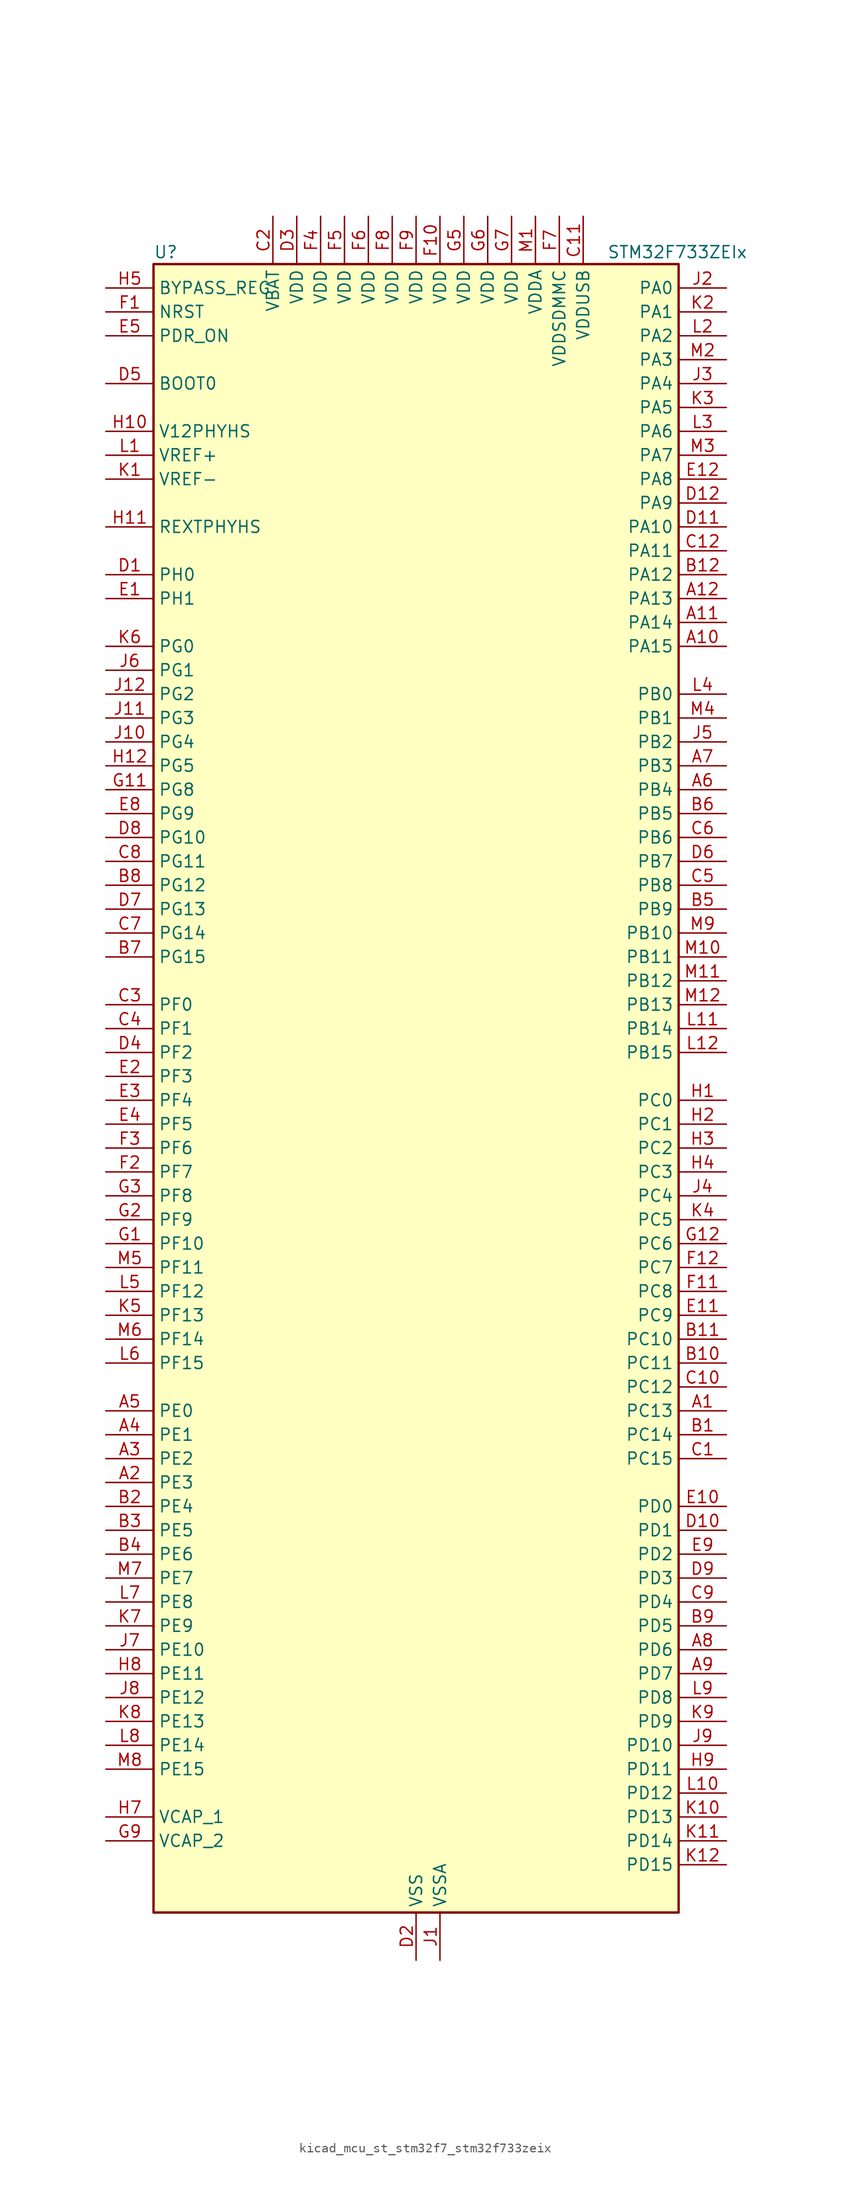
<source format=kicad_sym>
(kicad_symbol_lib
  (version 20220914)
  (generator kicad_symbol_editor)
  (symbol "kicad_mcu_st_stm32f7_stm32f733zeix"
    (property "Reference" "U"
      (at -27.94 90.17 0)
      (effects (font (size 1.27 1.27)) (justify left)))
    (property "Value" "STM32F733ZEIx"
      (at 20.32 90.17 0)
      (effects (font (size 1.27 1.27)) (justify left)))
    (property "ki_locked" ""
      (at 0 0 0)
      (effects (font (size 1.27 1.27))))
    (symbol "kicad_mcu_st_stm32f7_stm32f733zeix_0_1"
      (rectangle (start -27.94 -86.36) (end 27.94 88.9) (stroke (width 0.254) (type default)) (fill (type background))))
    (symbol "kicad_mcu_st_stm32f7_stm32f733zeix_1_1"
      (pin bidirectional line (at 33.02 -33.02 180) (length 5.08) (name "PC13" (effects (font (size 1.27 1.27)))) (number "A1" (effects (font (size 1.27 1.27)))) (alternate "RTC_OUT" bidirectional line) (alternate "RTC_TAMP1" bidirectional line) (alternate "RTC_TS" bidirectional line) (alternate "SYS_WKUP4" bidirectional line))
      (pin bidirectional line (at 33.02 48.26 180) (length 5.08) (name "PA15" (effects (font (size 1.27 1.27)))) (number "A10" (effects (font (size 1.27 1.27)))) (alternate "I2S1_WS" bidirectional line) (alternate "I2S3_WS" bidirectional line) (alternate "SPI1_NSS" bidirectional line) (alternate "SPI3_NSS" bidirectional line) (alternate "SYS_JTDI" bidirectional line) (alternate "TIM2_CH1" bidirectional line) (alternate "TIM2_ETR" bidirectional line) (alternate "UART4_DE" bidirectional line) (alternate "UART4_RTS" bidirectional line))
      (pin bidirectional line (at 33.02 50.8 180) (length 5.08) (name "PA14" (effects (font (size 1.27 1.27)))) (number "A11" (effects (font (size 1.27 1.27)))) (alternate "SYS_JTCK-SWCLK" bidirectional line))
      (pin bidirectional line (at 33.02 53.34 180) (length 5.08) (name "PA13" (effects (font (size 1.27 1.27)))) (number "A12" (effects (font (size 1.27 1.27)))) (alternate "SYS_JTMS-SWDIO" bidirectional line))
      (pin bidirectional line (at -33.02 -40.64 0) (length 5.08) (name "PE3" (effects (font (size 1.27 1.27)))) (number "A2" (effects (font (size 1.27 1.27)))) (alternate "FMC_A19" bidirectional line) (alternate "SAI1_SD_B" bidirectional line) (alternate "SYS_TRACED0" bidirectional line))
      (pin bidirectional line (at -33.02 -38.1 0) (length 5.08) (name "PE2" (effects (font (size 1.27 1.27)))) (number "A3" (effects (font (size 1.27 1.27)))) (alternate "FMC_A23" bidirectional line) (alternate "QUADSPI_BK1_IO2" bidirectional line) (alternate "SAI1_MCLK_A" bidirectional line) (alternate "SPI4_SCK" bidirectional line) (alternate "SYS_TRACECLK" bidirectional line))
      (pin bidirectional line (at -33.02 -35.56 0) (length 5.08) (name "PE1" (effects (font (size 1.27 1.27)))) (number "A4" (effects (font (size 1.27 1.27)))) (alternate "FMC_NBL1" bidirectional line) (alternate "LPTIM1_IN2" bidirectional line) (alternate "UART8_TX" bidirectional line))
      (pin bidirectional line (at -33.02 -33.02 0) (length 5.08) (name "PE0" (effects (font (size 1.27 1.27)))) (number "A5" (effects (font (size 1.27 1.27)))) (alternate "FMC_NBL0" bidirectional line) (alternate "LPTIM1_ETR" bidirectional line) (alternate "SAI2_MCLK_A" bidirectional line) (alternate "TIM4_ETR" bidirectional line) (alternate "UART8_RX" bidirectional line))
      (pin bidirectional line (at 33.02 33.02 180) (length 5.08) (name "PB4" (effects (font (size 1.27 1.27)))) (number "A6" (effects (font (size 1.27 1.27)))) (alternate "I2S2_WS" bidirectional line) (alternate "SDMMC2_D3" bidirectional line) (alternate "SPI1_MISO" bidirectional line) (alternate "SPI2_NSS" bidirectional line) (alternate "SPI3_MISO" bidirectional line) (alternate "SYS_JTRST" bidirectional line) (alternate "TIM3_CH1" bidirectional line))
      (pin bidirectional line (at 33.02 35.56 180) (length 5.08) (name "PB3" (effects (font (size 1.27 1.27)))) (number "A7" (effects (font (size 1.27 1.27)))) (alternate "I2S1_CK" bidirectional line) (alternate "I2S3_CK" bidirectional line) (alternate "SDMMC2_D2" bidirectional line) (alternate "SPI1_SCK" bidirectional line) (alternate "SPI3_SCK" bidirectional line) (alternate "SYS_JTDO-SWO" bidirectional line) (alternate "TIM2_CH2" bidirectional line))
      (pin bidirectional line (at 33.02 -58.42 180) (length 5.08) (name "PD6" (effects (font (size 1.27 1.27)))) (number "A8" (effects (font (size 1.27 1.27)))) (alternate "FMC_NWAIT" bidirectional line) (alternate "I2S3_SD" bidirectional line) (alternate "SAI1_SD_A" bidirectional line) (alternate "SDMMC2_CK" bidirectional line) (alternate "SPI3_MOSI" bidirectional line) (alternate "USART2_RX" bidirectional line))
      (pin bidirectional line (at 33.02 -60.96 180) (length 5.08) (name "PD7" (effects (font (size 1.27 1.27)))) (number "A9" (effects (font (size 1.27 1.27)))) (alternate "FMC_NE1" bidirectional line) (alternate "SDMMC2_CMD" bidirectional line) (alternate "USART2_CK" bidirectional line))
      (pin bidirectional line (at 33.02 -35.56 180) (length 5.08) (name "PC14" (effects (font (size 1.27 1.27)))) (number "B1" (effects (font (size 1.27 1.27)))) (alternate "RCC_OSC32_IN" bidirectional line))
      (pin bidirectional line (at 33.02 -27.94 180) (length 5.08) (name "PC11" (effects (font (size 1.27 1.27)))) (number "B10" (effects (font (size 1.27 1.27)))) (alternate "ADC1_EXTI11" bidirectional line) (alternate "ADC2_EXTI11" bidirectional line) (alternate "ADC3_EXTI11" bidirectional line) (alternate "QUADSPI_BK2_NCS" bidirectional line) (alternate "SDMMC1_D3" bidirectional line) (alternate "SPI3_MISO" bidirectional line) (alternate "UART4_RX" bidirectional line) (alternate "USART3_RX" bidirectional line))
      (pin bidirectional line (at 33.02 -25.4 180) (length 5.08) (name "PC10" (effects (font (size 1.27 1.27)))) (number "B11" (effects (font (size 1.27 1.27)))) (alternate "I2S3_CK" bidirectional line) (alternate "QUADSPI_BK1_IO1" bidirectional line) (alternate "SDMMC1_D2" bidirectional line) (alternate "SPI3_SCK" bidirectional line) (alternate "UART4_TX" bidirectional line) (alternate "USART3_TX" bidirectional line))
      (pin bidirectional line (at 33.02 55.88 180) (length 5.08) (name "PA12" (effects (font (size 1.27 1.27)))) (number "B12" (effects (font (size 1.27 1.27)))) (alternate "CAN1_TX" bidirectional line) (alternate "SAI2_FS_B" bidirectional line) (alternate "TIM1_ETR" bidirectional line) (alternate "USART1_DE" bidirectional line) (alternate "USART1_RTS" bidirectional line) (alternate "USB_OTG_FS_DP" bidirectional line))
      (pin bidirectional line (at -33.02 -43.18 0) (length 5.08) (name "PE4" (effects (font (size 1.27 1.27)))) (number "B2" (effects (font (size 1.27 1.27)))) (alternate "FMC_A20" bidirectional line) (alternate "SAI1_FS_A" bidirectional line) (alternate "SPI4_NSS" bidirectional line) (alternate "SYS_TRACED1" bidirectional line))
      (pin bidirectional line (at -33.02 -45.72 0) (length 5.08) (name "PE5" (effects (font (size 1.27 1.27)))) (number "B3" (effects (font (size 1.27 1.27)))) (alternate "FMC_A21" bidirectional line) (alternate "SAI1_SCK_A" bidirectional line) (alternate "SPI4_MISO" bidirectional line) (alternate "SYS_TRACED2" bidirectional line) (alternate "TIM9_CH1" bidirectional line))
      (pin bidirectional line (at -33.02 -48.26 0) (length 5.08) (name "PE6" (effects (font (size 1.27 1.27)))) (number "B4" (effects (font (size 1.27 1.27)))) (alternate "FMC_A22" bidirectional line) (alternate "SAI1_SD_A" bidirectional line) (alternate "SAI2_MCLK_B" bidirectional line) (alternate "SPI4_MOSI" bidirectional line) (alternate "SYS_TRACED3" bidirectional line) (alternate "TIM1_BKIN2" bidirectional line) (alternate "TIM9_CH2" bidirectional line))
      (pin bidirectional line (at 33.02 20.32 180) (length 5.08) (name "PB9" (effects (font (size 1.27 1.27)))) (number "B5" (effects (font (size 1.27 1.27)))) (alternate "CAN1_TX" bidirectional line) (alternate "DAC_EXTI9" bidirectional line) (alternate "I2C1_SDA" bidirectional line) (alternate "I2S2_WS" bidirectional line) (alternate "SDMMC1_D5" bidirectional line) (alternate "SDMMC2_D5" bidirectional line) (alternate "SPI2_NSS" bidirectional line) (alternate "TIM11_CH1" bidirectional line) (alternate "TIM4_CH4" bidirectional line))
      (pin bidirectional line (at 33.02 30.48 180) (length 5.08) (name "PB5" (effects (font (size 1.27 1.27)))) (number "B6" (effects (font (size 1.27 1.27)))) (alternate "FMC_SDCKE1" bidirectional line) (alternate "I2C1_SMBA" bidirectional line) (alternate "I2S1_SD" bidirectional line) (alternate "I2S3_SD" bidirectional line) (alternate "SPI1_MOSI" bidirectional line) (alternate "SPI3_MOSI" bidirectional line) (alternate "TIM3_CH2" bidirectional line))
      (pin bidirectional line (at -33.02 15.24 0) (length 5.08) (name "PG15" (effects (font (size 1.27 1.27)))) (number "B7" (effects (font (size 1.27 1.27)))) (alternate "FMC_SDNCAS" bidirectional line) (alternate "USART6_CTS" bidirectional line))
      (pin bidirectional line (at -33.02 22.86 0) (length 5.08) (name "PG12" (effects (font (size 1.27 1.27)))) (number "B8" (effects (font (size 1.27 1.27)))) (alternate "FMC_NE4" bidirectional line) (alternate "LPTIM1_IN1" bidirectional line) (alternate "SDMMC2_D3" bidirectional line) (alternate "USART6_DE" bidirectional line) (alternate "USART6_RTS" bidirectional line))
      (pin bidirectional line (at 33.02 -55.88 180) (length 5.08) (name "PD5" (effects (font (size 1.27 1.27)))) (number "B9" (effects (font (size 1.27 1.27)))) (alternate "FMC_NWE" bidirectional line) (alternate "USART2_TX" bidirectional line))
      (pin bidirectional line (at 33.02 -38.1 180) (length 5.08) (name "PC15" (effects (font (size 1.27 1.27)))) (number "C1" (effects (font (size 1.27 1.27)))) (alternate "RCC_OSC32_OUT" bidirectional line))
      (pin bidirectional line (at 33.02 -30.48 180) (length 5.08) (name "PC12" (effects (font (size 1.27 1.27)))) (number "C10" (effects (font (size 1.27 1.27)))) (alternate "I2S3_SD" bidirectional line) (alternate "SDMMC1_CK" bidirectional line) (alternate "SPI3_MOSI" bidirectional line) (alternate "SYS_TRACED3" bidirectional line) (alternate "UART5_TX" bidirectional line) (alternate "USART3_CK" bidirectional line))
      (pin power_in line (at 17.78 93.98 270) (length 5.08) (name "VDDUSB" (effects (font (size 1.27 1.27)))) (number "C11" (effects (font (size 1.27 1.27)))))
      (pin bidirectional line (at 33.02 58.42 180) (length 5.08) (name "PA11" (effects (font (size 1.27 1.27)))) (number "C12" (effects (font (size 1.27 1.27)))) (alternate "ADC1_EXTI11" bidirectional line) (alternate "ADC2_EXTI11" bidirectional line) (alternate "ADC3_EXTI11" bidirectional line) (alternate "CAN1_RX" bidirectional line) (alternate "TIM1_CH4" bidirectional line) (alternate "USART1_CTS" bidirectional line) (alternate "USB_OTG_FS_DM" bidirectional line))
      (pin power_in line (at -15.24 93.98 270) (length 5.08) (name "VBAT" (effects (font (size 1.27 1.27)))) (number "C2" (effects (font (size 1.27 1.27)))))
      (pin bidirectional line (at -33.02 10.16 0) (length 5.08) (name "PF0" (effects (font (size 1.27 1.27)))) (number "C3" (effects (font (size 1.27 1.27)))) (alternate "FMC_A0" bidirectional line) (alternate "I2C2_SDA" bidirectional line))
      (pin bidirectional line (at -33.02 7.62 0) (length 5.08) (name "PF1" (effects (font (size 1.27 1.27)))) (number "C4" (effects (font (size 1.27 1.27)))) (alternate "FMC_A1" bidirectional line) (alternate "I2C2_SCL" bidirectional line))
      (pin bidirectional line (at 33.02 22.86 180) (length 5.08) (name "PB8" (effects (font (size 1.27 1.27)))) (number "C5" (effects (font (size 1.27 1.27)))) (alternate "CAN1_RX" bidirectional line) (alternate "I2C1_SCL" bidirectional line) (alternate "SDMMC1_D4" bidirectional line) (alternate "SDMMC2_D4" bidirectional line) (alternate "TIM10_CH1" bidirectional line) (alternate "TIM4_CH3" bidirectional line))
      (pin bidirectional line (at 33.02 27.94 180) (length 5.08) (name "PB6" (effects (font (size 1.27 1.27)))) (number "C6" (effects (font (size 1.27 1.27)))) (alternate "FMC_SDNE1" bidirectional line) (alternate "I2C1_SCL" bidirectional line) (alternate "QUADSPI_BK1_NCS" bidirectional line) (alternate "TIM4_CH1" bidirectional line) (alternate "USART1_TX" bidirectional line))
      (pin bidirectional line (at -33.02 17.78 0) (length 5.08) (name "PG14" (effects (font (size 1.27 1.27)))) (number "C7" (effects (font (size 1.27 1.27)))) (alternate "FMC_A25" bidirectional line) (alternate "LPTIM1_ETR" bidirectional line) (alternate "QUADSPI_BK2_IO3" bidirectional line) (alternate "SYS_TRACED1" bidirectional line) (alternate "USART6_TX" bidirectional line))
      (pin bidirectional line (at -33.02 25.4 0) (length 5.08) (name "PG11" (effects (font (size 1.27 1.27)))) (number "C8" (effects (font (size 1.27 1.27)))) (alternate "ADC1_EXTI11" bidirectional line) (alternate "ADC2_EXTI11" bidirectional line) (alternate "ADC3_EXTI11" bidirectional line) (alternate "FMC_INT" bidirectional line) (alternate "SDMMC2_D2" bidirectional line))
      (pin bidirectional line (at 33.02 -53.34 180) (length 5.08) (name "PD4" (effects (font (size 1.27 1.27)))) (number "C9" (effects (font (size 1.27 1.27)))) (alternate "FMC_NOE" bidirectional line) (alternate "USART2_DE" bidirectional line) (alternate "USART2_RTS" bidirectional line))
      (pin bidirectional line (at -33.02 55.88 0) (length 5.08) (name "PH0" (effects (font (size 1.27 1.27)))) (number "D1" (effects (font (size 1.27 1.27)))) (alternate "RCC_OSC_IN" bidirectional line))
      (pin bidirectional line (at 33.02 -45.72 180) (length 5.08) (name "PD1" (effects (font (size 1.27 1.27)))) (number "D10" (effects (font (size 1.27 1.27)))) (alternate "CAN1_TX" bidirectional line) (alternate "FMC_D3" bidirectional line) (alternate "FMC_DA3" bidirectional line))
      (pin bidirectional line (at 33.02 60.96 180) (length 5.08) (name "PA10" (effects (font (size 1.27 1.27)))) (number "D11" (effects (font (size 1.27 1.27)))) (alternate "TIM1_CH3" bidirectional line) (alternate "USART1_RX" bidirectional line) (alternate "USB_OTG_FS_ID" bidirectional line))
      (pin bidirectional line (at 33.02 63.5 180) (length 5.08) (name "PA9" (effects (font (size 1.27 1.27)))) (number "D12" (effects (font (size 1.27 1.27)))) (alternate "DAC_EXTI9" bidirectional line) (alternate "I2C3_SMBA" bidirectional line) (alternate "I2S2_CK" bidirectional line) (alternate "SPI2_SCK" bidirectional line) (alternate "TIM1_CH2" bidirectional line) (alternate "USART1_TX" bidirectional line) (alternate "USB_OTG_FS_VBUS" bidirectional line))
      (pin power_in line (at 0 -91.44 90) (length 5.08) (name "VSS" (effects (font (size 1.27 1.27)))) (number "D2" (effects (font (size 1.27 1.27)))))
      (pin power_in line (at -12.7 93.98 270) (length 5.08) (name "VDD" (effects (font (size 1.27 1.27)))) (number "D3" (effects (font (size 1.27 1.27)))))
      (pin bidirectional line (at -33.02 5.08 0) (length 5.08) (name "PF2" (effects (font (size 1.27 1.27)))) (number "D4" (effects (font (size 1.27 1.27)))) (alternate "FMC_A2" bidirectional line) (alternate "I2C2_SMBA" bidirectional line))
      (pin input line (at -33.02 76.2 0) (length 5.08) (name "BOOT0" (effects (font (size 1.27 1.27)))) (number "D5" (effects (font (size 1.27 1.27)))))
      (pin bidirectional line (at 33.02 25.4 180) (length 5.08) (name "PB7" (effects (font (size 1.27 1.27)))) (number "D6" (effects (font (size 1.27 1.27)))) (alternate "FMC_NL" bidirectional line) (alternate "I2C1_SDA" bidirectional line) (alternate "TIM4_CH2" bidirectional line) (alternate "USART1_RX" bidirectional line))
      (pin bidirectional line (at -33.02 20.32 0) (length 5.08) (name "PG13" (effects (font (size 1.27 1.27)))) (number "D7" (effects (font (size 1.27 1.27)))) (alternate "FMC_A24" bidirectional line) (alternate "LPTIM1_OUT" bidirectional line) (alternate "SYS_TRACED0" bidirectional line) (alternate "USART6_CTS" bidirectional line))
      (pin bidirectional line (at -33.02 27.94 0) (length 5.08) (name "PG10" (effects (font (size 1.27 1.27)))) (number "D8" (effects (font (size 1.27 1.27)))) (alternate "FMC_NE3" bidirectional line) (alternate "SAI2_SD_B" bidirectional line) (alternate "SDMMC2_D1" bidirectional line))
      (pin bidirectional line (at 33.02 -50.8 180) (length 5.08) (name "PD3" (effects (font (size 1.27 1.27)))) (number "D9" (effects (font (size 1.27 1.27)))) (alternate "FMC_CLK" bidirectional line) (alternate "I2S2_CK" bidirectional line) (alternate "SPI2_SCK" bidirectional line) (alternate "USART2_CTS" bidirectional line))
      (pin bidirectional line (at -33.02 53.34 0) (length 5.08) (name "PH1" (effects (font (size 1.27 1.27)))) (number "E1" (effects (font (size 1.27 1.27)))) (alternate "RCC_OSC_OUT" bidirectional line))
      (pin bidirectional line (at 33.02 -43.18 180) (length 5.08) (name "PD0" (effects (font (size 1.27 1.27)))) (number "E10" (effects (font (size 1.27 1.27)))) (alternate "CAN1_RX" bidirectional line) (alternate "FMC_D2" bidirectional line) (alternate "FMC_DA2" bidirectional line))
      (pin bidirectional line (at 33.02 -22.86 180) (length 5.08) (name "PC9" (effects (font (size 1.27 1.27)))) (number "E11" (effects (font (size 1.27 1.27)))) (alternate "DAC_EXTI9" bidirectional line) (alternate "I2C3_SDA" bidirectional line) (alternate "I2S_CKIN" bidirectional line) (alternate "QUADSPI_BK1_IO0" bidirectional line) (alternate "RCC_MCO_2" bidirectional line) (alternate "SDMMC1_D1" bidirectional line) (alternate "TIM3_CH4" bidirectional line) (alternate "TIM8_CH4" bidirectional line) (alternate "UART5_CTS" bidirectional line))
      (pin bidirectional line (at 33.02 66.04 180) (length 5.08) (name "PA8" (effects (font (size 1.27 1.27)))) (number "E12" (effects (font (size 1.27 1.27)))) (alternate "I2C3_SCL" bidirectional line) (alternate "RCC_MCO_1" bidirectional line) (alternate "TIM1_CH1" bidirectional line) (alternate "TIM8_BKIN2" bidirectional line) (alternate "USART1_CK" bidirectional line) (alternate "USB_OTG_FS_SOF" bidirectional line))
      (pin bidirectional line (at -33.02 2.54 0) (length 5.08) (name "PF3" (effects (font (size 1.27 1.27)))) (number "E2" (effects (font (size 1.27 1.27)))) (alternate "ADC3_IN9" bidirectional line) (alternate "FMC_A3" bidirectional line))
      (pin bidirectional line (at -33.02 0 0) (length 5.08) (name "PF4" (effects (font (size 1.27 1.27)))) (number "E3" (effects (font (size 1.27 1.27)))) (alternate "ADC3_IN14" bidirectional line) (alternate "FMC_A4" bidirectional line))
      (pin bidirectional line (at -33.02 -2.54 0) (length 5.08) (name "PF5" (effects (font (size 1.27 1.27)))) (number "E4" (effects (font (size 1.27 1.27)))) (alternate "ADC3_IN15" bidirectional line) (alternate "FMC_A5" bidirectional line))
      (pin input line (at -33.02 81.28 0) (length 5.08) (name "PDR_ON" (effects (font (size 1.27 1.27)))) (number "E5" (effects (font (size 1.27 1.27)))))
      (pin passive line (at 0 -91.44 90) (length 5.08) hide (name "VSS" (effects (font (size 1.27 1.27)))) (number "E6" (effects (font (size 1.27 1.27)))))
      (pin passive line (at 0 -91.44 90) (length 5.08) hide (name "VSS" (effects (font (size 1.27 1.27)))) (number "E7" (effects (font (size 1.27 1.27)))))
      (pin bidirectional line (at -33.02 30.48 0) (length 5.08) (name "PG9" (effects (font (size 1.27 1.27)))) (number "E8" (effects (font (size 1.27 1.27)))) (alternate "DAC_EXTI9" bidirectional line) (alternate "FMC_NCE" bidirectional line) (alternate "FMC_NE2" bidirectional line) (alternate "QUADSPI_BK2_IO2" bidirectional line) (alternate "SAI2_FS_B" bidirectional line) (alternate "SDMMC2_D0" bidirectional line) (alternate "USART6_RX" bidirectional line))
      (pin bidirectional line (at 33.02 -48.26 180) (length 5.08) (name "PD2" (effects (font (size 1.27 1.27)))) (number "E9" (effects (font (size 1.27 1.27)))) (alternate "SDMMC1_CMD" bidirectional line) (alternate "SYS_TRACED2" bidirectional line) (alternate "TIM3_ETR" bidirectional line) (alternate "UART5_RX" bidirectional line))
      (pin input line (at -33.02 83.82 0) (length 5.08) (name "NRST" (effects (font (size 1.27 1.27)))) (number "F1" (effects (font (size 1.27 1.27)))))
      (pin power_in line (at 2.54 93.98 270) (length 5.08) (name "VDD" (effects (font (size 1.27 1.27)))) (number "F10" (effects (font (size 1.27 1.27)))))
      (pin bidirectional line (at 33.02 -20.32 180) (length 5.08) (name "PC8" (effects (font (size 1.27 1.27)))) (number "F11" (effects (font (size 1.27 1.27)))) (alternate "SDMMC1_D0" bidirectional line) (alternate "SYS_TRACED1" bidirectional line) (alternate "TIM3_CH3" bidirectional line) (alternate "TIM8_CH3" bidirectional line) (alternate "UART5_DE" bidirectional line) (alternate "UART5_RTS" bidirectional line) (alternate "USART6_CK" bidirectional line))
      (pin bidirectional line (at 33.02 -17.78 180) (length 5.08) (name "PC7" (effects (font (size 1.27 1.27)))) (number "F12" (effects (font (size 1.27 1.27)))) (alternate "I2S3_MCK" bidirectional line) (alternate "SDMMC1_D7" bidirectional line) (alternate "SDMMC2_D7" bidirectional line) (alternate "TIM3_CH2" bidirectional line) (alternate "TIM8_CH2" bidirectional line) (alternate "USART6_RX" bidirectional line))
      (pin bidirectional line (at -33.02 -7.62 0) (length 5.08) (name "PF7" (effects (font (size 1.27 1.27)))) (number "F2" (effects (font (size 1.27 1.27)))) (alternate "ADC3_IN5" bidirectional line) (alternate "QUADSPI_BK1_IO2" bidirectional line) (alternate "SAI1_MCLK_B" bidirectional line) (alternate "SPI5_SCK" bidirectional line) (alternate "TIM11_CH1" bidirectional line) (alternate "UART7_TX" bidirectional line))
      (pin bidirectional line (at -33.02 -5.08 0) (length 5.08) (name "PF6" (effects (font (size 1.27 1.27)))) (number "F3" (effects (font (size 1.27 1.27)))) (alternate "ADC3_IN4" bidirectional line) (alternate "QUADSPI_BK1_IO3" bidirectional line) (alternate "SAI1_SD_B" bidirectional line) (alternate "SPI5_NSS" bidirectional line) (alternate "TIM10_CH1" bidirectional line) (alternate "UART7_RX" bidirectional line))
      (pin power_in line (at -10.16 93.98 270) (length 5.08) (name "VDD" (effects (font (size 1.27 1.27)))) (number "F4" (effects (font (size 1.27 1.27)))))
      (pin power_in line (at -7.62 93.98 270) (length 5.08) (name "VDD" (effects (font (size 1.27 1.27)))) (number "F5" (effects (font (size 1.27 1.27)))))
      (pin power_in line (at -5.08 93.98 270) (length 5.08) (name "VDD" (effects (font (size 1.27 1.27)))) (number "F6" (effects (font (size 1.27 1.27)))))
      (pin power_in line (at 15.24 93.98 270) (length 5.08) (name "VDDSDMMC" (effects (font (size 1.27 1.27)))) (number "F7" (effects (font (size 1.27 1.27)))))
      (pin power_in line (at -2.54 93.98 270) (length 5.08) (name "VDD" (effects (font (size 1.27 1.27)))) (number "F8" (effects (font (size 1.27 1.27)))))
      (pin power_in line (at 0 93.98 270) (length 5.08) (name "VDD" (effects (font (size 1.27 1.27)))) (number "F9" (effects (font (size 1.27 1.27)))))
      (pin bidirectional line (at -33.02 -15.24 0) (length 5.08) (name "PF10" (effects (font (size 1.27 1.27)))) (number "G1" (effects (font (size 1.27 1.27)))) (alternate "ADC3_IN8" bidirectional line))
      (pin passive line (at 0 -91.44 90) (length 5.08) hide (name "VSS" (effects (font (size 1.27 1.27)))) (number "G10" (effects (font (size 1.27 1.27)))))
      (pin bidirectional line (at -33.02 33.02 0) (length 5.08) (name "PG8" (effects (font (size 1.27 1.27)))) (number "G11" (effects (font (size 1.27 1.27)))) (alternate "FMC_SDCLK" bidirectional line) (alternate "USART6_DE" bidirectional line) (alternate "USART6_RTS" bidirectional line))
      (pin bidirectional line (at 33.02 -15.24 180) (length 5.08) (name "PC6" (effects (font (size 1.27 1.27)))) (number "G12" (effects (font (size 1.27 1.27)))) (alternate "I2S2_MCK" bidirectional line) (alternate "SDMMC1_D6" bidirectional line) (alternate "SDMMC2_D6" bidirectional line) (alternate "TIM3_CH1" bidirectional line) (alternate "TIM8_CH1" bidirectional line) (alternate "USART6_TX" bidirectional line))
      (pin bidirectional line (at -33.02 -12.7 0) (length 5.08) (name "PF9" (effects (font (size 1.27 1.27)))) (number "G2" (effects (font (size 1.27 1.27)))) (alternate "ADC3_IN7" bidirectional line) (alternate "DAC_EXTI9" bidirectional line) (alternate "QUADSPI_BK1_IO1" bidirectional line) (alternate "SAI1_FS_B" bidirectional line) (alternate "SPI5_MOSI" bidirectional line) (alternate "TIM14_CH1" bidirectional line) (alternate "UART7_CTS" bidirectional line))
      (pin bidirectional line (at -33.02 -10.16 0) (length 5.08) (name "PF8" (effects (font (size 1.27 1.27)))) (number "G3" (effects (font (size 1.27 1.27)))) (alternate "ADC3_IN6" bidirectional line) (alternate "QUADSPI_BK1_IO0" bidirectional line) (alternate "SAI1_SCK_B" bidirectional line) (alternate "SPI5_MISO" bidirectional line) (alternate "TIM13_CH1" bidirectional line) (alternate "UART7_DE" bidirectional line) (alternate "UART7_RTS" bidirectional line))
      (pin passive line (at 0 -91.44 90) (length 5.08) hide (name "VSS" (effects (font (size 1.27 1.27)))) (number "G4" (effects (font (size 1.27 1.27)))))
      (pin power_in line (at 5.08 93.98 270) (length 5.08) (name "VDD" (effects (font (size 1.27 1.27)))) (number "G5" (effects (font (size 1.27 1.27)))))
      (pin power_in line (at 7.62 93.98 270) (length 5.08) (name "VDD" (effects (font (size 1.27 1.27)))) (number "G6" (effects (font (size 1.27 1.27)))))
      (pin power_in line (at 10.16 93.98 270) (length 5.08) (name "VDD" (effects (font (size 1.27 1.27)))) (number "G7" (effects (font (size 1.27 1.27)))))
      (pin passive line (at 0 -91.44 90) (length 5.08) hide (name "VSS" (effects (font (size 1.27 1.27)))) (number "G8" (effects (font (size 1.27 1.27)))))
      (pin power_out line (at -33.02 -78.74 0) (length 5.08) (name "VCAP_2" (effects (font (size 1.27 1.27)))) (number "G9" (effects (font (size 1.27 1.27)))))
      (pin bidirectional line (at 33.02 0 180) (length 5.08) (name "PC0" (effects (font (size 1.27 1.27)))) (number "H1" (effects (font (size 1.27 1.27)))) (alternate "ADC1_IN10" bidirectional line) (alternate "ADC2_IN10" bidirectional line) (alternate "ADC3_IN10" bidirectional line) (alternate "FMC_SDNWE" bidirectional line) (alternate "SAI2_FS_B" bidirectional line))
      (pin power_in line (at -33.02 71.12 0) (length 5.08) (name "V12PHYHS" (effects (font (size 1.27 1.27)))) (number "H10" (effects (font (size 1.27 1.27)))))
      (pin bidirectional line (at -33.02 60.96 0) (length 5.08) (name "REXTPHYHS" (effects (font (size 1.27 1.27)))) (number "H11" (effects (font (size 1.27 1.27)))) (alternate "USB_OTG_HS_REXTPHYHS" bidirectional line))
      (pin bidirectional line (at -33.02 35.56 0) (length 5.08) (name "PG5" (effects (font (size 1.27 1.27)))) (number "H12" (effects (font (size 1.27 1.27)))) (alternate "FMC_A15" bidirectional line) (alternate "FMC_BA1" bidirectional line))
      (pin bidirectional line (at 33.02 -2.54 180) (length 5.08) (name "PC1" (effects (font (size 1.27 1.27)))) (number "H2" (effects (font (size 1.27 1.27)))) (alternate "ADC1_IN11" bidirectional line) (alternate "ADC2_IN11" bidirectional line) (alternate "ADC3_IN11" bidirectional line) (alternate "I2S2_SD" bidirectional line) (alternate "RTC_TAMP3" bidirectional line) (alternate "RTC_TS" bidirectional line) (alternate "SAI1_SD_A" bidirectional line) (alternate "SPI2_MOSI" bidirectional line) (alternate "SYS_TRACED0" bidirectional line) (alternate "SYS_WKUP3" bidirectional line))
      (pin bidirectional line (at 33.02 -5.08 180) (length 5.08) (name "PC2" (effects (font (size 1.27 1.27)))) (number "H3" (effects (font (size 1.27 1.27)))) (alternate "ADC1_IN12" bidirectional line) (alternate "ADC2_IN12" bidirectional line) (alternate "ADC3_IN12" bidirectional line) (alternate "FMC_SDNE0" bidirectional line) (alternate "SPI2_MISO" bidirectional line))
      (pin bidirectional line (at 33.02 -7.62 180) (length 5.08) (name "PC3" (effects (font (size 1.27 1.27)))) (number "H4" (effects (font (size 1.27 1.27)))) (alternate "ADC1_IN13" bidirectional line) (alternate "ADC2_IN13" bidirectional line) (alternate "ADC3_IN13" bidirectional line) (alternate "FMC_SDCKE0" bidirectional line) (alternate "I2S2_SD" bidirectional line) (alternate "SPI2_MOSI" bidirectional line))
      (pin input line (at -33.02 86.36 0) (length 5.08) (name "BYPASS_REG" (effects (font (size 1.27 1.27)))) (number "H5" (effects (font (size 1.27 1.27)))))
      (pin passive line (at 0 -91.44 90) (length 5.08) hide (name "VSS" (effects (font (size 1.27 1.27)))) (number "H6" (effects (font (size 1.27 1.27)))))
      (pin power_out line (at -33.02 -76.2 0) (length 5.08) (name "VCAP_1" (effects (font (size 1.27 1.27)))) (number "H7" (effects (font (size 1.27 1.27)))))
      (pin bidirectional line (at -33.02 -60.96 0) (length 5.08) (name "PE11" (effects (font (size 1.27 1.27)))) (number "H8" (effects (font (size 1.27 1.27)))) (alternate "ADC1_EXTI11" bidirectional line) (alternate "ADC2_EXTI11" bidirectional line) (alternate "ADC3_EXTI11" bidirectional line) (alternate "FMC_D8" bidirectional line) (alternate "FMC_DA8" bidirectional line) (alternate "SAI2_SD_B" bidirectional line) (alternate "SPI4_NSS" bidirectional line) (alternate "TIM1_CH2" bidirectional line))
      (pin bidirectional line (at 33.02 -71.12 180) (length 5.08) (name "PD11" (effects (font (size 1.27 1.27)))) (number "H9" (effects (font (size 1.27 1.27)))) (alternate "ADC1_EXTI11" bidirectional line) (alternate "ADC2_EXTI11" bidirectional line) (alternate "ADC3_EXTI11" bidirectional line) (alternate "FMC_A16" bidirectional line) (alternate "FMC_CLE" bidirectional line) (alternate "QUADSPI_BK1_IO0" bidirectional line) (alternate "SAI2_SD_A" bidirectional line) (alternate "USART3_CTS" bidirectional line))
      (pin power_in line (at 2.54 -91.44 90) (length 5.08) (name "VSSA" (effects (font (size 1.27 1.27)))) (number "J1" (effects (font (size 1.27 1.27)))))
      (pin bidirectional line (at -33.02 38.1 0) (length 5.08) (name "PG4" (effects (font (size 1.27 1.27)))) (number "J10" (effects (font (size 1.27 1.27)))) (alternate "FMC_A14" bidirectional line) (alternate "FMC_BA0" bidirectional line))
      (pin bidirectional line (at -33.02 40.64 0) (length 5.08) (name "PG3" (effects (font (size 1.27 1.27)))) (number "J11" (effects (font (size 1.27 1.27)))) (alternate "FMC_A13" bidirectional line))
      (pin bidirectional line (at -33.02 43.18 0) (length 5.08) (name "PG2" (effects (font (size 1.27 1.27)))) (number "J12" (effects (font (size 1.27 1.27)))) (alternate "FMC_A12" bidirectional line))
      (pin bidirectional line (at 33.02 86.36 180) (length 5.08) (name "PA0" (effects (font (size 1.27 1.27)))) (number "J2" (effects (font (size 1.27 1.27)))) (alternate "ADC1_IN0" bidirectional line) (alternate "ADC2_IN0" bidirectional line) (alternate "ADC3_IN0" bidirectional line) (alternate "SAI2_SD_B" bidirectional line) (alternate "SYS_WKUP1" bidirectional line) (alternate "TIM2_CH1" bidirectional line) (alternate "TIM2_ETR" bidirectional line) (alternate "TIM5_CH1" bidirectional line) (alternate "TIM8_ETR" bidirectional line) (alternate "UART4_TX" bidirectional line) (alternate "USART2_CTS" bidirectional line))
      (pin bidirectional line (at 33.02 76.2 180) (length 5.08) (name "PA4" (effects (font (size 1.27 1.27)))) (number "J3" (effects (font (size 1.27 1.27)))) (alternate "ADC1_IN4" bidirectional line) (alternate "ADC2_IN4" bidirectional line) (alternate "DAC_OUT1" bidirectional line) (alternate "I2S1_WS" bidirectional line) (alternate "I2S3_WS" bidirectional line) (alternate "SPI1_NSS" bidirectional line) (alternate "SPI3_NSS" bidirectional line) (alternate "USART2_CK" bidirectional line) (alternate "USB_OTG_HS_SOF" bidirectional line))
      (pin bidirectional line (at 33.02 -10.16 180) (length 5.08) (name "PC4" (effects (font (size 1.27 1.27)))) (number "J4" (effects (font (size 1.27 1.27)))) (alternate "ADC1_IN14" bidirectional line) (alternate "ADC2_IN14" bidirectional line) (alternate "FMC_SDNE0" bidirectional line) (alternate "I2S1_MCK" bidirectional line))
      (pin bidirectional line (at 33.02 38.1 180) (length 5.08) (name "PB2" (effects (font (size 1.27 1.27)))) (number "J5" (effects (font (size 1.27 1.27)))) (alternate "I2S3_SD" bidirectional line) (alternate "QUADSPI_CLK" bidirectional line) (alternate "SAI1_SD_A" bidirectional line) (alternate "SPI3_MOSI" bidirectional line))
      (pin bidirectional line (at -33.02 45.72 0) (length 5.08) (name "PG1" (effects (font (size 1.27 1.27)))) (number "J6" (effects (font (size 1.27 1.27)))) (alternate "FMC_A11" bidirectional line))
      (pin bidirectional line (at -33.02 -58.42 0) (length 5.08) (name "PE10" (effects (font (size 1.27 1.27)))) (number "J7" (effects (font (size 1.27 1.27)))) (alternate "FMC_D7" bidirectional line) (alternate "FMC_DA7" bidirectional line) (alternate "QUADSPI_BK2_IO3" bidirectional line) (alternate "TIM1_CH2N" bidirectional line) (alternate "UART7_CTS" bidirectional line))
      (pin bidirectional line (at -33.02 -63.5 0) (length 5.08) (name "PE12" (effects (font (size 1.27 1.27)))) (number "J8" (effects (font (size 1.27 1.27)))) (alternate "FMC_D9" bidirectional line) (alternate "FMC_DA9" bidirectional line) (alternate "SAI2_SCK_B" bidirectional line) (alternate "SPI4_SCK" bidirectional line) (alternate "TIM1_CH3N" bidirectional line))
      (pin bidirectional line (at 33.02 -68.58 180) (length 5.08) (name "PD10" (effects (font (size 1.27 1.27)))) (number "J9" (effects (font (size 1.27 1.27)))) (alternate "FMC_D15" bidirectional line) (alternate "FMC_DA15" bidirectional line) (alternate "USART3_CK" bidirectional line))
      (pin input line (at -33.02 66.04 0) (length 5.08) (name "VREF-" (effects (font (size 1.27 1.27)))) (number "K1" (effects (font (size 1.27 1.27)))))
      (pin bidirectional line (at 33.02 -76.2 180) (length 5.08) (name "PD13" (effects (font (size 1.27 1.27)))) (number "K10" (effects (font (size 1.27 1.27)))) (alternate "FMC_A18" bidirectional line) (alternate "LPTIM1_OUT" bidirectional line) (alternate "QUADSPI_BK1_IO3" bidirectional line) (alternate "SAI2_SCK_A" bidirectional line) (alternate "TIM4_CH2" bidirectional line))
      (pin bidirectional line (at 33.02 -78.74 180) (length 5.08) (name "PD14" (effects (font (size 1.27 1.27)))) (number "K11" (effects (font (size 1.27 1.27)))) (alternate "FMC_D0" bidirectional line) (alternate "FMC_DA0" bidirectional line) (alternate "TIM4_CH3" bidirectional line) (alternate "UART8_CTS" bidirectional line))
      (pin bidirectional line (at 33.02 -81.28 180) (length 5.08) (name "PD15" (effects (font (size 1.27 1.27)))) (number "K12" (effects (font (size 1.27 1.27)))) (alternate "FMC_D1" bidirectional line) (alternate "FMC_DA1" bidirectional line) (alternate "TIM4_CH4" bidirectional line) (alternate "UART8_DE" bidirectional line) (alternate "UART8_RTS" bidirectional line))
      (pin bidirectional line (at 33.02 83.82 180) (length 5.08) (name "PA1" (effects (font (size 1.27 1.27)))) (number "K2" (effects (font (size 1.27 1.27)))) (alternate "ADC1_IN1" bidirectional line) (alternate "ADC2_IN1" bidirectional line) (alternate "ADC3_IN1" bidirectional line) (alternate "QUADSPI_BK1_IO3" bidirectional line) (alternate "SAI2_MCLK_B" bidirectional line) (alternate "TIM2_CH2" bidirectional line) (alternate "TIM5_CH2" bidirectional line) (alternate "UART4_RX" bidirectional line) (alternate "USART2_DE" bidirectional line) (alternate "USART2_RTS" bidirectional line))
      (pin bidirectional line (at 33.02 73.66 180) (length 5.08) (name "PA5" (effects (font (size 1.27 1.27)))) (number "K3" (effects (font (size 1.27 1.27)))) (alternate "ADC1_IN5" bidirectional line) (alternate "ADC2_IN5" bidirectional line) (alternate "DAC_OUT2" bidirectional line) (alternate "I2S1_CK" bidirectional line) (alternate "SPI1_SCK" bidirectional line) (alternate "TIM2_CH1" bidirectional line) (alternate "TIM2_ETR" bidirectional line) (alternate "TIM8_CH1N" bidirectional line))
      (pin bidirectional line (at 33.02 -12.7 180) (length 5.08) (name "PC5" (effects (font (size 1.27 1.27)))) (number "K4" (effects (font (size 1.27 1.27)))) (alternate "ADC1_IN15" bidirectional line) (alternate "ADC2_IN15" bidirectional line) (alternate "FMC_SDCKE0" bidirectional line))
      (pin bidirectional line (at -33.02 -22.86 0) (length 5.08) (name "PF13" (effects (font (size 1.27 1.27)))) (number "K5" (effects (font (size 1.27 1.27)))) (alternate "FMC_A7" bidirectional line))
      (pin bidirectional line (at -33.02 48.26 0) (length 5.08) (name "PG0" (effects (font (size 1.27 1.27)))) (number "K6" (effects (font (size 1.27 1.27)))) (alternate "FMC_A10" bidirectional line))
      (pin bidirectional line (at -33.02 -55.88 0) (length 5.08) (name "PE9" (effects (font (size 1.27 1.27)))) (number "K7" (effects (font (size 1.27 1.27)))) (alternate "DAC_EXTI9" bidirectional line) (alternate "FMC_D6" bidirectional line) (alternate "FMC_DA6" bidirectional line) (alternate "QUADSPI_BK2_IO2" bidirectional line) (alternate "TIM1_CH1" bidirectional line) (alternate "UART7_DE" bidirectional line) (alternate "UART7_RTS" bidirectional line))
      (pin bidirectional line (at -33.02 -66.04 0) (length 5.08) (name "PE13" (effects (font (size 1.27 1.27)))) (number "K8" (effects (font (size 1.27 1.27)))) (alternate "FMC_D10" bidirectional line) (alternate "FMC_DA10" bidirectional line) (alternate "SAI2_FS_B" bidirectional line) (alternate "SPI4_MISO" bidirectional line) (alternate "TIM1_CH3" bidirectional line))
      (pin bidirectional line (at 33.02 -66.04 180) (length 5.08) (name "PD9" (effects (font (size 1.27 1.27)))) (number "K9" (effects (font (size 1.27 1.27)))) (alternate "DAC_EXTI9" bidirectional line) (alternate "FMC_D14" bidirectional line) (alternate "FMC_DA14" bidirectional line) (alternate "USART3_RX" bidirectional line))
      (pin input line (at -33.02 68.58 0) (length 5.08) (name "VREF+" (effects (font (size 1.27 1.27)))) (number "L1" (effects (font (size 1.27 1.27)))))
      (pin bidirectional line (at 33.02 -73.66 180) (length 5.08) (name "PD12" (effects (font (size 1.27 1.27)))) (number "L10" (effects (font (size 1.27 1.27)))) (alternate "FMC_A17" bidirectional line) (alternate "FMC_ALE" bidirectional line) (alternate "LPTIM1_IN1" bidirectional line) (alternate "QUADSPI_BK1_IO1" bidirectional line) (alternate "SAI2_FS_A" bidirectional line) (alternate "TIM4_CH1" bidirectional line) (alternate "USART3_DE" bidirectional line) (alternate "USART3_RTS" bidirectional line))
      (pin bidirectional line (at 33.02 7.62 180) (length 5.08) (name "PB14" (effects (font (size 1.27 1.27)))) (number "L11" (effects (font (size 1.27 1.27)))) (alternate "USB_OTG_HS_DM" bidirectional line))
      (pin bidirectional line (at 33.02 5.08 180) (length 5.08) (name "PB15" (effects (font (size 1.27 1.27)))) (number "L12" (effects (font (size 1.27 1.27)))) (alternate "USB_OTG_HS_DP" bidirectional line))
      (pin bidirectional line (at 33.02 81.28 180) (length 5.08) (name "PA2" (effects (font (size 1.27 1.27)))) (number "L2" (effects (font (size 1.27 1.27)))) (alternate "ADC1_IN2" bidirectional line) (alternate "ADC2_IN2" bidirectional line) (alternate "ADC3_IN2" bidirectional line) (alternate "SAI2_SCK_B" bidirectional line) (alternate "SYS_WKUP2" bidirectional line) (alternate "TIM2_CH3" bidirectional line) (alternate "TIM5_CH3" bidirectional line) (alternate "TIM9_CH1" bidirectional line) (alternate "USART2_TX" bidirectional line))
      (pin bidirectional line (at 33.02 71.12 180) (length 5.08) (name "PA6" (effects (font (size 1.27 1.27)))) (number "L3" (effects (font (size 1.27 1.27)))) (alternate "ADC1_IN6" bidirectional line) (alternate "ADC2_IN6" bidirectional line) (alternate "SPI1_MISO" bidirectional line) (alternate "TIM13_CH1" bidirectional line) (alternate "TIM1_BKIN" bidirectional line) (alternate "TIM3_CH1" bidirectional line) (alternate "TIM8_BKIN" bidirectional line))
      (pin bidirectional line (at 33.02 43.18 180) (length 5.08) (name "PB0" (effects (font (size 1.27 1.27)))) (number "L4" (effects (font (size 1.27 1.27)))) (alternate "ADC1_IN8" bidirectional line) (alternate "ADC2_IN8" bidirectional line) (alternate "TIM1_CH2N" bidirectional line) (alternate "TIM3_CH3" bidirectional line) (alternate "TIM8_CH2N" bidirectional line) (alternate "UART4_CTS" bidirectional line))
      (pin bidirectional line (at -33.02 -20.32 0) (length 5.08) (name "PF12" (effects (font (size 1.27 1.27)))) (number "L5" (effects (font (size 1.27 1.27)))) (alternate "FMC_A6" bidirectional line))
      (pin bidirectional line (at -33.02 -27.94 0) (length 5.08) (name "PF15" (effects (font (size 1.27 1.27)))) (number "L6" (effects (font (size 1.27 1.27)))) (alternate "FMC_A9" bidirectional line))
      (pin bidirectional line (at -33.02 -53.34 0) (length 5.08) (name "PE8" (effects (font (size 1.27 1.27)))) (number "L7" (effects (font (size 1.27 1.27)))) (alternate "FMC_D5" bidirectional line) (alternate "FMC_DA5" bidirectional line) (alternate "QUADSPI_BK2_IO1" bidirectional line) (alternate "TIM1_CH1N" bidirectional line) (alternate "UART7_TX" bidirectional line))
      (pin bidirectional line (at -33.02 -68.58 0) (length 5.08) (name "PE14" (effects (font (size 1.27 1.27)))) (number "L8" (effects (font (size 1.27 1.27)))) (alternate "FMC_D11" bidirectional line) (alternate "FMC_DA11" bidirectional line) (alternate "SAI2_MCLK_B" bidirectional line) (alternate "SPI4_MOSI" bidirectional line) (alternate "TIM1_CH4" bidirectional line))
      (pin bidirectional line (at 33.02 -63.5 180) (length 5.08) (name "PD8" (effects (font (size 1.27 1.27)))) (number "L9" (effects (font (size 1.27 1.27)))) (alternate "FMC_D13" bidirectional line) (alternate "FMC_DA13" bidirectional line) (alternate "USART3_TX" bidirectional line))
      (pin power_in line (at 12.7 93.98 270) (length 5.08) (name "VDDA" (effects (font (size 1.27 1.27)))) (number "M1" (effects (font (size 1.27 1.27)))))
      (pin bidirectional line (at 33.02 15.24 180) (length 5.08) (name "PB11" (effects (font (size 1.27 1.27)))) (number "M10" (effects (font (size 1.27 1.27)))) (alternate "ADC1_EXTI11" bidirectional line) (alternate "ADC2_EXTI11" bidirectional line) (alternate "ADC3_EXTI11" bidirectional line) (alternate "I2C2_SDA" bidirectional line) (alternate "TIM2_CH4" bidirectional line) (alternate "USART3_RX" bidirectional line))
      (pin bidirectional line (at 33.02 12.7 180) (length 5.08) (name "PB12" (effects (font (size 1.27 1.27)))) (number "M11" (effects (font (size 1.27 1.27)))) (alternate "I2C2_SMBA" bidirectional line) (alternate "I2S2_WS" bidirectional line) (alternate "SPI2_NSS" bidirectional line) (alternate "TIM1_BKIN" bidirectional line) (alternate "USART3_CK" bidirectional line) (alternate "USB_OTG_HS_ID" bidirectional line))
      (pin bidirectional line (at 33.02 10.16 180) (length 5.08) (name "PB13" (effects (font (size 1.27 1.27)))) (number "M12" (effects (font (size 1.27 1.27)))) (alternate "I2S2_CK" bidirectional line) (alternate "SPI2_SCK" bidirectional line) (alternate "TIM1_CH1N" bidirectional line) (alternate "USART3_CTS" bidirectional line) (alternate "USB_OTG_HS_VBUS" bidirectional line))
      (pin bidirectional line (at 33.02 78.74 180) (length 5.08) (name "PA3" (effects (font (size 1.27 1.27)))) (number "M2" (effects (font (size 1.27 1.27)))) (alternate "ADC1_IN3" bidirectional line) (alternate "ADC2_IN3" bidirectional line) (alternate "ADC3_IN3" bidirectional line) (alternate "TIM2_CH4" bidirectional line) (alternate "TIM5_CH4" bidirectional line) (alternate "TIM9_CH2" bidirectional line) (alternate "USART2_RX" bidirectional line))
      (pin bidirectional line (at 33.02 68.58 180) (length 5.08) (name "PA7" (effects (font (size 1.27 1.27)))) (number "M3" (effects (font (size 1.27 1.27)))) (alternate "ADC1_IN7" bidirectional line) (alternate "ADC2_IN7" bidirectional line) (alternate "FMC_SDNWE" bidirectional line) (alternate "I2S1_SD" bidirectional line) (alternate "SPI1_MOSI" bidirectional line) (alternate "TIM14_CH1" bidirectional line) (alternate "TIM1_CH1N" bidirectional line) (alternate "TIM3_CH2" bidirectional line) (alternate "TIM8_CH1N" bidirectional line))
      (pin bidirectional line (at 33.02 40.64 180) (length 5.08) (name "PB1" (effects (font (size 1.27 1.27)))) (number "M4" (effects (font (size 1.27 1.27)))) (alternate "ADC1_IN9" bidirectional line) (alternate "ADC2_IN9" bidirectional line) (alternate "TIM1_CH3N" bidirectional line) (alternate "TIM3_CH4" bidirectional line) (alternate "TIM8_CH3N" bidirectional line))
      (pin bidirectional line (at -33.02 -17.78 0) (length 5.08) (name "PF11" (effects (font (size 1.27 1.27)))) (number "M5" (effects (font (size 1.27 1.27)))) (alternate "ADC1_EXTI11" bidirectional line) (alternate "ADC2_EXTI11" bidirectional line) (alternate "ADC3_EXTI11" bidirectional line) (alternate "FMC_SDNRAS" bidirectional line) (alternate "SAI2_SD_B" bidirectional line) (alternate "SPI5_MOSI" bidirectional line))
      (pin bidirectional line (at -33.02 -25.4 0) (length 5.08) (name "PF14" (effects (font (size 1.27 1.27)))) (number "M6" (effects (font (size 1.27 1.27)))) (alternate "FMC_A8" bidirectional line))
      (pin bidirectional line (at -33.02 -50.8 0) (length 5.08) (name "PE7" (effects (font (size 1.27 1.27)))) (number "M7" (effects (font (size 1.27 1.27)))) (alternate "FMC_D4" bidirectional line) (alternate "FMC_DA4" bidirectional line) (alternate "QUADSPI_BK2_IO0" bidirectional line) (alternate "TIM1_ETR" bidirectional line) (alternate "UART7_RX" bidirectional line))
      (pin bidirectional line (at -33.02 -71.12 0) (length 5.08) (name "PE15" (effects (font (size 1.27 1.27)))) (number "M8" (effects (font (size 1.27 1.27)))) (alternate "FMC_D12" bidirectional line) (alternate "FMC_DA12" bidirectional line) (alternate "TIM1_BKIN" bidirectional line))
      (pin bidirectional line (at 33.02 17.78 180) (length 5.08) (name "PB10" (effects (font (size 1.27 1.27)))) (number "M9" (effects (font (size 1.27 1.27)))) (alternate "I2C2_SCL" bidirectional line) (alternate "I2S2_CK" bidirectional line) (alternate "SPI2_SCK" bidirectional line) (alternate "TIM2_CH3" bidirectional line) (alternate "USART3_TX" bidirectional line)))))
</source>
